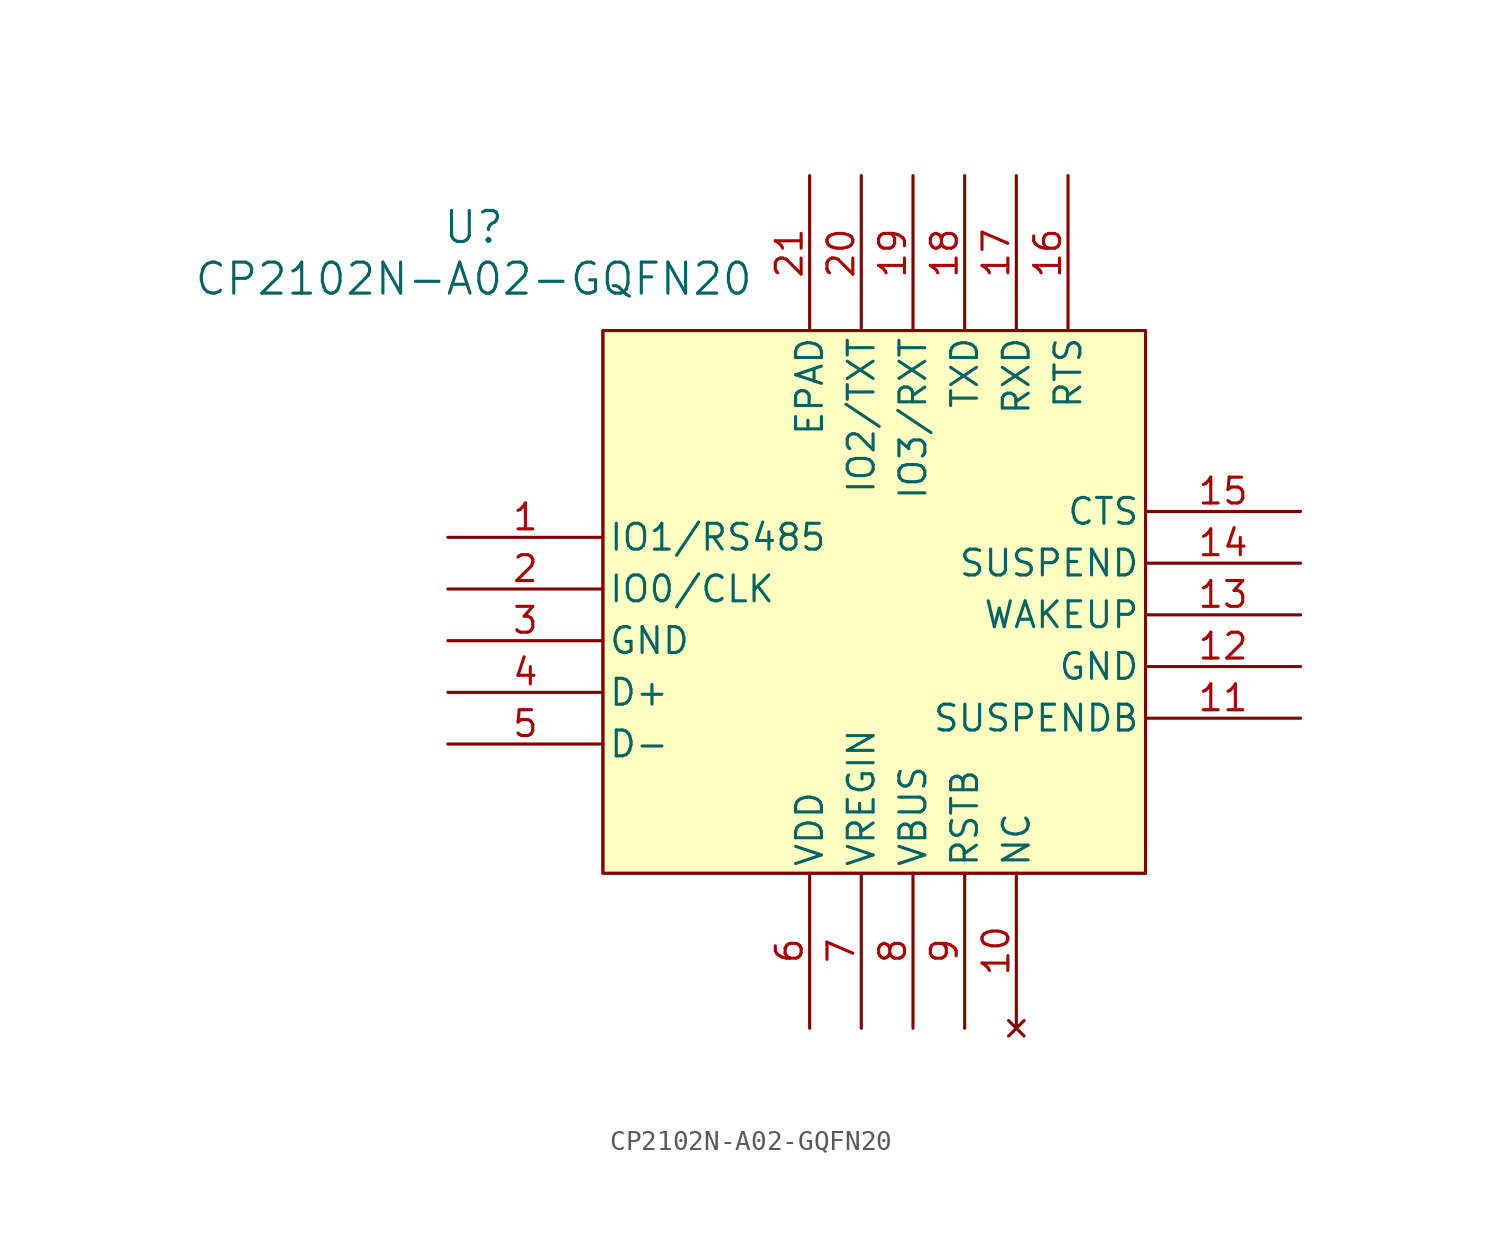
<source format=kicad_sym>
(kicad_symbol_lib
  (version 20220914)
  (generator kicad_symbol_editor)
  (symbol "CP2102N-A02-GQFN20"
    (pin_names
      (offset 0.254))
    (property "Reference" "U"
      (at 1.27 21.59 0)
      (effects (font (size 1.524 1.524))))
    (property "Value" "CP2102N-A02-GQFN20"
      (at 1.27 19.05 0)
      (effects (font (size 1.524 1.524))))
    (property "ki_locked" ""
      (at 0 0 0)
      (effects (font (size 1.27 1.27))))
    (symbol "CP2102N-A02-GQFN20_0_1"
      (polyline (pts (xy 7.62 -10.16) (xy 34.29 -10.16)) (stroke (width 0.127) (type default)) (fill (type none)))
      (polyline (pts (xy 7.62 16.51) (xy 7.62 -10.16)) (stroke (width 0.127) (type default)) (fill (type none)))
      (polyline (pts (xy 34.29 -10.16) (xy 34.29 16.51)) (stroke (width 0.127) (type default)) (fill (type none)))
      (polyline (pts (xy 34.29 16.51) (xy 7.62 16.51)) (stroke (width 0.127) (type default)) (fill (type none)))
      (pin no_connect line (at 27.94 -17.78 90) (length 7.62) (name "NC" (effects (font (size 1.27 1.27)))) (number "10" (effects (font (size 1.27 1.27)))))
      (pin unspecified line (at 41.91 -2.54 180) (length 7.62) (name "SUSPENDB" (effects (font (size 1.27 1.27)))) (number "11" (effects (font (size 1.27 1.27)))))
      (pin power_out line (at 41.91 0 180) (length 7.62) (name "GND" (effects (font (size 1.27 1.27)))) (number "12" (effects (font (size 1.27 1.27)))))
      (pin unspecified line (at 41.91 2.54 180) (length 7.62) (name "WAKEUP" (effects (font (size 1.27 1.27)))) (number "13" (effects (font (size 1.27 1.27)))))
      (pin unspecified line (at 41.91 5.08 180) (length 7.62) (name "SUSPEND" (effects (font (size 1.27 1.27)))) (number "14" (effects (font (size 1.27 1.27)))))
      (pin unspecified line (at 41.91 7.62 180) (length 7.62) (name "CTS" (effects (font (size 1.27 1.27)))) (number "15" (effects (font (size 1.27 1.27)))))
      (pin unspecified line (at 30.48 24.13 270) (length 7.62) (name "RTS" (effects (font (size 1.27 1.27)))) (number "16" (effects (font (size 1.27 1.27)))))
      (pin unspecified line (at 27.94 24.13 270) (length 7.62) (name "RXD" (effects (font (size 1.27 1.27)))) (number "17" (effects (font (size 1.27 1.27)))))
      (pin unspecified line (at 25.4 24.13 270) (length 7.62) (name "TXD" (effects (font (size 1.27 1.27)))) (number "18" (effects (font (size 1.27 1.27)))))
      (pin power_out line (at 17.78 24.13 270) (length 7.62) (name "EPAD" (effects (font (size 1.27 1.27)))) (number "21" (effects (font (size 1.27 1.27)))))
      (pin power_out line (at 0 1.27 0) (length 7.62) (name "GND" (effects (font (size 1.27 1.27)))) (number "3" (effects (font (size 1.27 1.27)))))
      (pin unspecified line (at 0 -1.27 0) (length 7.62) (name "D+" (effects (font (size 1.27 1.27)))) (number "4" (effects (font (size 1.27 1.27)))))
      (pin unspecified line (at 0 -3.81 0) (length 7.62) (name "D-" (effects (font (size 1.27 1.27)))) (number "5" (effects (font (size 1.27 1.27)))))
      (pin power_in line (at 17.78 -17.78 90) (length 7.62) (name "VDD" (effects (font (size 1.27 1.27)))) (number "6" (effects (font (size 1.27 1.27)))))
      (pin unspecified line (at 20.32 -17.78 90) (length 7.62) (name "VREGIN" (effects (font (size 1.27 1.27)))) (number "7" (effects (font (size 1.27 1.27)))))
      (pin unspecified line (at 22.86 -17.78 90) (length 7.62) (name "VBUS" (effects (font (size 1.27 1.27)))) (number "8" (effects (font (size 1.27 1.27)))))
      (pin unspecified line (at 25.4 -17.78 90) (length 7.62) (name "RSTB" (effects (font (size 1.27 1.27)))) (number "9" (effects (font (size 1.27 1.27))))))
    (symbol "CP2102N-A02-GQFN20_1_1"
      (rectangle (start 7.62 16.51) (end 34.29 -10.16) (stroke (width 0) (type default)) (fill (type background)))
      (rectangle (start 34.29 -8.89) (end 34.29 -8.89) (stroke (width 0) (type default)) (fill (type none)))
      (pin bidirectional line (at 0 6.35 0) (length 7.62) (name "IO1/RS485" (effects (font (size 1.27 1.27)))) (number "1" (effects (font (size 1.27 1.27)))))
      (pin bidirectional line (at 22.86 24.13 270) (length 7.62) (name "IO3/RXT" (effects (font (size 1.27 1.27)))) (number "19" (effects (font (size 1.27 1.27)))))
      (pin bidirectional line (at 0 3.81 0) (length 7.62) (name "IO0/CLK" (effects (font (size 1.27 1.27)))) (number "2" (effects (font (size 1.27 1.27)))))
      (pin bidirectional line (at 20.32 24.13 270) (length 7.62) (name "IO2/TXT" (effects (font (size 1.27 1.27)))) (number "20" (effects (font (size 1.27 1.27))))))))
</source>
